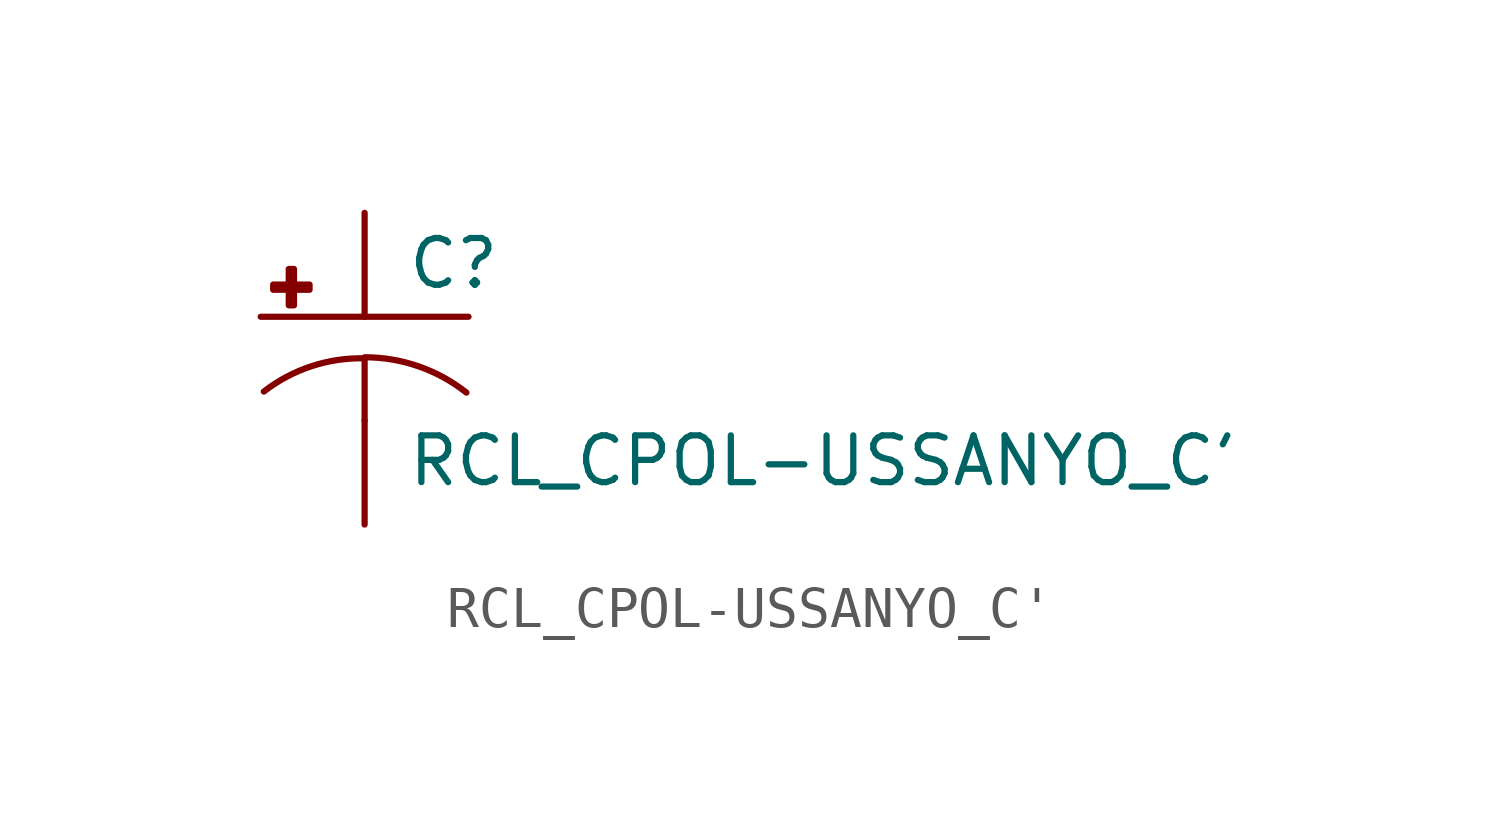
<source format=kicad_sym>
(kicad_symbol_lib
  (version 20210619)
  (generator kicad_symbol_editor)
  (symbol "RCL_CPOL-USSANYO_C'"
    (pin_numbers hide)
    (pin_names
      (offset 1.016) hide)
    (property "Reference" "C"
      (at 1.016 0.635 0)
      (effects (font (size 1.143 1.143)) (justify left bottom)))
    (property "Value" "RCL_CPOL-USSANYO_C'"
      (at 1.016 -4.191 0)
      (effects (font (size 1.143 1.143)) (justify left bottom)))
    (property "ki_locked" ""
      (at 0 0 0)
      (effects (font (size 1.27 1.27))))
    (symbol "RCL_CPOL-USSANYO_C'_1_0"
      (polyline (pts (xy -2.54 0) (xy 2.54 0)) (stroke (width 0)) (fill (type none)))
      (polyline (pts (xy 0 -1.016) (xy 0 -2.54)) (stroke (width 0)) (fill (type none)))
      (polyline (pts (xy 0 -1.016) (xy 0 -1.016)) (stroke (width 0)) (fill (type none))))
    (symbol "RCL_CPOL-USSANYO_C'_1_1"
      (arc (start 0 -1.016) (end -2.4638 -1.8288) (radius (at 0 -5.0546) (length 4.0386) (angles 90.1 127.3)) (stroke (width 0)) (fill (type none)))
      (arc (start 2.4892 -1.8542) (end 0 -0.9906) (radius (at 0 -5.0292) (length 4.0386) (angles 52.3 89.9)) (stroke (width 0)) (fill (type none)))
      (rectangle (start -2.235 0.66) (end -1.346 0.787) (stroke (width 0)) (fill (type outline)))
      (rectangle (start -1.854 0.279) (end -1.727 1.168) (stroke (width 0)) (fill (type outline)))
      (pin passive line (at 0 2.54 270) (length 2.54) (name "+" (effects (font (size 1.016 1.016)))) (number "+" (effects (font (size 1.016 1.016)))))
      (pin passive line (at 0 -5.08 90) (length 2.54) (name "-" (effects (font (size 1.016 1.016)))) (number "-" (effects (font (size 1.016 1.016))))))))
</source>
